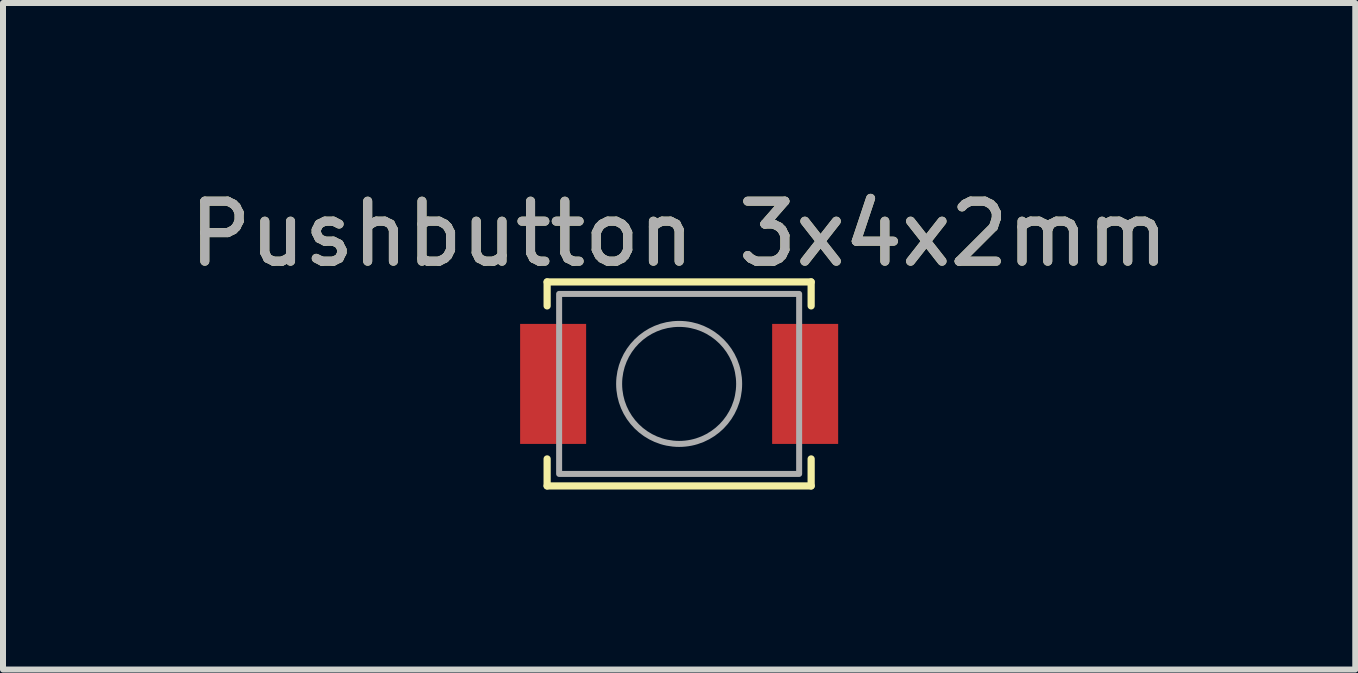
<source format=kicad_pcb>
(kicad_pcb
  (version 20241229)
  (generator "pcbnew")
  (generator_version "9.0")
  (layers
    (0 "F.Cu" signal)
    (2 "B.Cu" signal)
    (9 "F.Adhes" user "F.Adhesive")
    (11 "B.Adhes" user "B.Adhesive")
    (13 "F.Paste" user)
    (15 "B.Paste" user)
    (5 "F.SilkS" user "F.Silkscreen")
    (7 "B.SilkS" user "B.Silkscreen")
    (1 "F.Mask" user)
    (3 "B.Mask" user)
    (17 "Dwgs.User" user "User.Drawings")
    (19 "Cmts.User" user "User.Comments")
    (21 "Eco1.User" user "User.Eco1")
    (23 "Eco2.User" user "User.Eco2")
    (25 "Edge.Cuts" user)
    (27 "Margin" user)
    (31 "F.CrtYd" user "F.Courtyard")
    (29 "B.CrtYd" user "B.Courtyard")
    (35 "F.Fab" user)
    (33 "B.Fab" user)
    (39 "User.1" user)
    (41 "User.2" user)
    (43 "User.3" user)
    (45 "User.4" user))
  (footprint "Pushbutton 3x4x2mm"
    (layer "F.Cu")
    (at 8.268 3.348)
    (property "Reference" "Pushbutton 3x4x2mm" (at 0 -2.5 0) (unlocked yes) (layer "F.SilkS") (effects (font (size 1 1) (thickness 0.15))))
    (attr smd)
    (fp_line (start -2.2 -1.7) (end 2.2 -1.7) (stroke (width 0.12) (type default)) (layer "F.SilkS"))
    (fp_line (start -2.2 -1.3) (end -2.2 -1.7) (stroke (width 0.12) (type default)) (layer "F.SilkS"))
    (fp_line (start -2.2 1.7) (end -2.2 1.25) (stroke (width 0.12) (type default)) (layer "F.SilkS"))
    (fp_line (start 2.2 -1.7) (end 2.2 -1.3) (stroke (width 0.12) (type default)) (layer "F.SilkS"))
    (fp_line (start 2.2 1.25) (end 2.2 1.7) (stroke (width 0.12) (type default)) (layer "F.SilkS"))
    (fp_line (start 2.2 1.7) (end -2.2 1.7) (stroke (width 0.12) (type default)) (layer "F.SilkS"))
    (fp_rect (start -2 -1.5) (end 2 1.5) (stroke (width 0.1) (type default)) (fill no) (layer "F.Fab"))
    (fp_circle (center 0 0) (end 1 0) (stroke (width 0.1) (type default)) (fill no) (layer "F.Fab"))
    (fp_text user "${REFERENCE}" (at 0 -2.5 0) (unlocked yes) (layer "F.Fab") (effects (font (size 1 1) (thickness 0.15))))
    (pad "1" smd rect (at -2.1 0) (size 1.1 2) (layers "F.Cu" "F.Mask" "F.Paste"))
    (pad "2" smd rect (at 2.1 0) (size 1.1 2) (layers "F.Cu" "F.Mask" "F.Paste")))
  (gr_rect
    (start -3 -3)
    (end 19.536 8.108)
    (stroke (width 0.1) (type default))
    (fill no)
    (layer "Edge.Cuts")))
</source>
